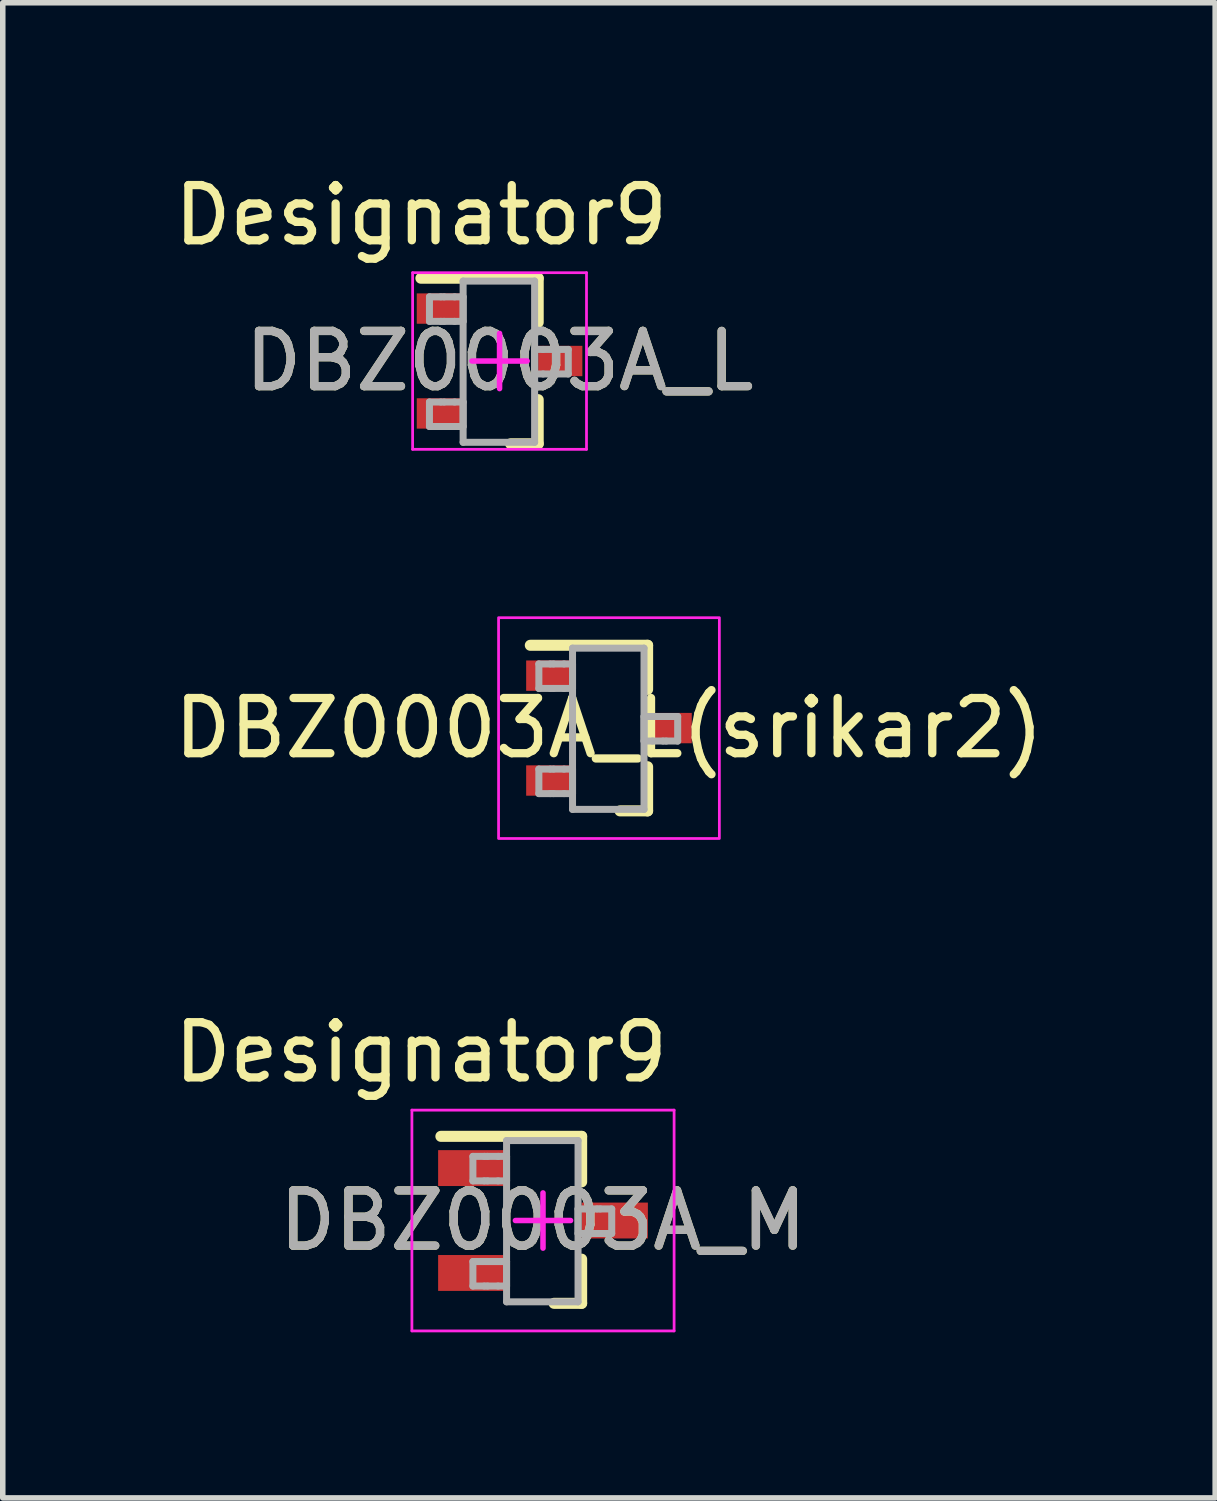
<source format=kicad_pcb>
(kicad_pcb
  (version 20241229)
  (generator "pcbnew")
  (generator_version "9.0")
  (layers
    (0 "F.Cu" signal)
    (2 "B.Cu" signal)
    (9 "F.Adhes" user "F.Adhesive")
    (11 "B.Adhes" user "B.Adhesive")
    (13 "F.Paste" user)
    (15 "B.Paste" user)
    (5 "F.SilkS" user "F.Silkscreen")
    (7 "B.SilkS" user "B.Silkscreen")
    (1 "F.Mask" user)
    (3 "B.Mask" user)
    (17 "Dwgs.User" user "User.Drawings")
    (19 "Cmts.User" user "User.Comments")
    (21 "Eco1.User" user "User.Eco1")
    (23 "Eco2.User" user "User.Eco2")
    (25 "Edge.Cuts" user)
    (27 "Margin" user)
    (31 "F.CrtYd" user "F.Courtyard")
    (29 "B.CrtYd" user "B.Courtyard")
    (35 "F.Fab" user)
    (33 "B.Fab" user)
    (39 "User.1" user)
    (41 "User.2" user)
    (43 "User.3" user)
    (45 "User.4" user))
  (footprint "DBZ0003A_M"
    (layer "F.Cu")
    (at 6.787 19.061)
    (property "Reference" "DBZ0003A_M" (at 0 0 0) (unlocked yes) (layer "F.SilkS") (effects (font (size 1 1) (thickness 0.15))))
    (attr smd)
    (fp_line (start -1.85 -1.525) (end 0.7 -1.525) (stroke (width 0.2) (type solid)) (layer "F.SilkS"))
    (fp_line (start 0.2 1.5) (end 0.7 1.5) (stroke (width 0.2) (type solid)) (layer "F.SilkS"))
    (fp_line (start 0.7 -0.7) (end 0.7 -1.525) (stroke (width 0.2) (type solid)) (layer "F.SilkS"))
    (fp_line (start 0.7 1.5) (end 0.7 0.7) (stroke (width 0.2) (type solid)) (layer "F.SilkS"))
    (fp_line (start -2.375 -2) (end 2.375 -2) (stroke (width 0.05) (type solid)) (layer "F.CrtYd"))
    (fp_line (start -2.375 2) (end -2.375 -2) (stroke (width 0.05) (type solid)) (layer "F.CrtYd"))
    (fp_line (start -2.375 2) (end 2.375 2) (stroke (width 0.05) (type solid)) (layer "F.CrtYd"))
    (fp_line (start -0.5 0.000003) (end 0.5 0.000003) (stroke (width 0.1) (type solid)) (layer "F.CrtYd"))
    (fp_line (start 0 0.5) (end 0 -0.5) (stroke (width 0.1) (type solid)) (layer "F.CrtYd"))
    (fp_line (start 2.375 2) (end 2.375 -2) (stroke (width 0.05) (type solid)) (layer "F.CrtYd"))
    (fp_line (start -1.27 -1.162) (end -1.063 -1.162) (stroke (width 0.127) (type solid)) (layer "F.Fab"))
    (fp_line (start -1.27 -0.718) (end -1.27 -1.162) (stroke (width 0.127) (type solid)) (layer "F.Fab"))
    (fp_line (start -1.27 -0.718) (end -1.063 -0.718) (stroke (width 0.127) (type solid)) (layer "F.Fab"))
    (fp_line (start -1.27 0.743) (end -1.063 0.743) (stroke (width 0.127) (type solid)) (layer "F.Fab"))
    (fp_line (start -1.27 1.187) (end -1.27 0.743) (stroke (width 0.127) (type solid)) (layer "F.Fab"))
    (fp_line (start -1.27 1.187) (end -1.063 1.187) (stroke (width 0.127) (type solid)) (layer "F.Fab"))
    (fp_line (start -1.063 -1.162) (end -1.005 -1.162) (stroke (width 0.127) (type solid)) (layer "F.Fab"))
    (fp_line (start -1.063 -0.718) (end -1.005 -0.718) (stroke (width 0.127) (type solid)) (layer "F.Fab"))
    (fp_line (start -1.063 0.743) (end -1.005 0.743) (stroke (width 0.127) (type solid)) (layer "F.Fab"))
    (fp_line (start -1.063 1.187) (end -1.005 1.187) (stroke (width 0.127) (type solid)) (layer "F.Fab"))
    (fp_line (start -1.005 -1.162) (end -0.814 -1.162) (stroke (width 0.127) (type solid)) (layer "F.Fab"))
    (fp_line (start -1.005 -0.718) (end -0.814 -0.718) (stroke (width 0.127) (type solid)) (layer "F.Fab"))
    (fp_line (start -1.005 0.743) (end -0.814 0.743) (stroke (width 0.127) (type solid)) (layer "F.Fab"))
    (fp_line (start -1.005 1.187) (end -0.814 1.187) (stroke (width 0.127) (type solid)) (layer "F.Fab"))
    (fp_line (start -0.814 -1.162) (end -0.66 -1.162) (stroke (width 0.127) (type solid)) (layer "F.Fab"))
    (fp_line (start -0.814 -0.718) (end -0.66 -0.718) (stroke (width 0.127) (type solid)) (layer "F.Fab"))
    (fp_line (start -0.814 0.743) (end -0.66 0.743) (stroke (width 0.127) (type solid)) (layer "F.Fab"))
    (fp_line (start -0.814 1.187) (end -0.66 1.187) (stroke (width 0.127) (type solid)) (layer "F.Fab"))
    (fp_line (start -0.66 -1.448) (end 0.635 -1.448) (stroke (width 0.127) (type solid)) (layer "F.Fab"))
    (fp_line (start -0.66 -0.718) (end -0.66 -1.162) (stroke (width 0.127) (type solid)) (layer "F.Fab"))
    (fp_line (start -0.66 1.187) (end -0.66 0.743) (stroke (width 0.127) (type solid)) (layer "F.Fab"))
    (fp_line (start -0.66 1.473) (end -0.66 -1.448) (stroke (width 0.127) (type solid)) (layer "F.Fab"))
    (fp_line (start -0.66 1.473) (end 0.635 1.473) (stroke (width 0.127) (type solid)) (layer "F.Fab"))
    (fp_line (start 0.635 -0.21) (end 0.789 -0.21) (stroke (width 0.127) (type solid)) (layer "F.Fab"))
    (fp_line (start 0.635 0.235) (end 0.635 -0.21) (stroke (width 0.127) (type solid)) (layer "F.Fab"))
    (fp_line (start 0.635 0.235) (end 0.789 0.235) (stroke (width 0.127) (type solid)) (layer "F.Fab"))
    (fp_line (start 0.635 1.473) (end 0.635 -1.448) (stroke (width 0.127) (type solid)) (layer "F.Fab"))
    (fp_line (start 0.789 -0.21) (end 0.98 -0.21) (stroke (width 0.127) (type solid)) (layer "F.Fab"))
    (fp_line (start 0.789 0.235) (end 0.98 0.235) (stroke (width 0.127) (type solid)) (layer "F.Fab"))
    (fp_line (start 0.98 -0.21) (end 1.037 -0.21) (stroke (width 0.127) (type solid)) (layer "F.Fab"))
    (fp_line (start 0.98 0.235) (end 1.037 0.235) (stroke (width 0.127) (type solid)) (layer "F.Fab"))
    (fp_line (start 1.037 -0.21) (end 1.245 -0.21) (stroke (width 0.127) (type solid)) (layer "F.Fab"))
    (fp_line (start 1.037 0.235) (end 1.245 0.235) (stroke (width 0.127) (type solid)) (layer "F.Fab"))
    (fp_line (start 1.245 0.235) (end 1.245 -0.21) (stroke (width 0.127) (type solid)) (layer "F.Fab"))
    (fp_text user "Designator9" (at -2.21 -3.048 0) (unlocked yes) (layer "F.SilkS") (effects (font (size 1 1) (thickness 0.15))))
    (fp_text user "${REFERENCE}" (at 0 0 0) (unlocked yes) (layer "F.Fab") (effects (font (size 1 1) (thickness 0.15))))
    (pad "1" smd rect (at -1.3 -0.95 90) (size 0.65 1.2) (layers "F.Cu" "F.Mask" "F.Paste"))
    (pad "2" smd rect (at -1.3 0.95 90) (size 0.65 1.2) (layers "F.Cu" "F.Mask" "F.Paste"))
    (pad "3" smd rect (at 1.3 0 90) (size 0.65 1.2) (layers "F.Cu" "F.Mask" "F.Paste")))
  (footprint "DBZ0003A_L(srikar2)"
    (layer "F.Cu")
    (at 7.982 10.14)
    (property "Reference" "DBZ0003A_L(srikar2)" (at 0 0 0) (unlocked yes) (layer "F.SilkS") (effects (font (size 1 1) (thickness 0.15))))
    (attr smd)
    (fp_line (start -1.425 -1.5) (end 0.7 -1.5) (stroke (width 0.2) (type solid)) (layer "F.SilkS"))
    (fp_line (start 0.2 1.5) (end 0.7 1.5) (stroke (width 0.2) (type solid)) (layer "F.SilkS"))
    (fp_line (start 0.7 -0.7) (end 0.7 -1.5) (stroke (width 0.2) (type solid)) (layer "F.SilkS"))
    (fp_line (start 0.7 1.5) (end 0.7 0.7) (stroke (width 0.2) (type solid)) (layer "F.SilkS"))
    (fp_rect (start -2 -2) (end 2 2) (stroke (width 0.05) (type default)) (fill no) (layer "F.CrtYd"))
    (fp_line (start -1.27 -1.162) (end -1.063 -1.162) (stroke (width 0.127) (type solid)) (layer "F.Fab"))
    (fp_line (start -1.27 -0.718) (end -1.27 -1.162) (stroke (width 0.127) (type solid)) (layer "F.Fab"))
    (fp_line (start -1.27 -0.718) (end -1.063 -0.718) (stroke (width 0.127) (type solid)) (layer "F.Fab"))
    (fp_line (start -1.27 0.743) (end -1.063 0.743) (stroke (width 0.127) (type solid)) (layer "F.Fab"))
    (fp_line (start -1.27 1.187) (end -1.27 0.743) (stroke (width 0.127) (type solid)) (layer "F.Fab"))
    (fp_line (start -1.27 1.187) (end -1.063 1.187) (stroke (width 0.127) (type solid)) (layer "F.Fab"))
    (fp_line (start -1.063 -1.162) (end -1.005 -1.162) (stroke (width 0.127) (type solid)) (layer "F.Fab"))
    (fp_line (start -1.063 -0.718) (end -1.005 -0.718) (stroke (width 0.127) (type solid)) (layer "F.Fab"))
    (fp_line (start -1.063 0.743) (end -1.005 0.743) (stroke (width 0.127) (type solid)) (layer "F.Fab"))
    (fp_line (start -1.063 1.187) (end -1.005 1.187) (stroke (width 0.127) (type solid)) (layer "F.Fab"))
    (fp_line (start -1.005 -1.162) (end -0.814 -1.162) (stroke (width 0.127) (type solid)) (layer "F.Fab"))
    (fp_line (start -1.005 -0.718) (end -0.814 -0.718) (stroke (width 0.127) (type solid)) (layer "F.Fab"))
    (fp_line (start -1.005 0.743) (end -0.814 0.743) (stroke (width 0.127) (type solid)) (layer "F.Fab"))
    (fp_line (start -1.005 1.187) (end -0.814 1.187) (stroke (width 0.127) (type solid)) (layer "F.Fab"))
    (fp_line (start -0.814 -1.162) (end -0.66 -1.162) (stroke (width 0.127) (type solid)) (layer "F.Fab"))
    (fp_line (start -0.814 -0.718) (end -0.66 -0.718) (stroke (width 0.127) (type solid)) (layer "F.Fab"))
    (fp_line (start -0.814 0.743) (end -0.66 0.743) (stroke (width 0.127) (type solid)) (layer "F.Fab"))
    (fp_line (start -0.814 1.187) (end -0.66 1.187) (stroke (width 0.127) (type solid)) (layer "F.Fab"))
    (fp_line (start -0.66 -1.448) (end 0.635 -1.448) (stroke (width 0.127) (type solid)) (layer "F.Fab"))
    (fp_line (start -0.66 -0.718) (end -0.66 -1.162) (stroke (width 0.127) (type solid)) (layer "F.Fab"))
    (fp_line (start -0.66 1.187) (end -0.66 0.743) (stroke (width 0.127) (type solid)) (layer "F.Fab"))
    (fp_line (start -0.66 1.473) (end -0.66 -1.448) (stroke (width 0.127) (type solid)) (layer "F.Fab"))
    (fp_line (start -0.66 1.473) (end 0.635 1.473) (stroke (width 0.127) (type solid)) (layer "F.Fab"))
    (fp_line (start 0.635 -0.21) (end 0.789 -0.21) (stroke (width 0.127) (type solid)) (layer "F.Fab"))
    (fp_line (start 0.635 0.235) (end 0.635 -0.21) (stroke (width 0.127) (type solid)) (layer "F.Fab"))
    (fp_line (start 0.635 0.235) (end 0.789 0.235) (stroke (width 0.127) (type solid)) (layer "F.Fab"))
    (fp_line (start 0.635 1.473) (end 0.635 -1.448) (stroke (width 0.127) (type solid)) (layer "F.Fab"))
    (fp_line (start 0.789 -0.21) (end 0.98 -0.21) (stroke (width 0.127) (type solid)) (layer "F.Fab"))
    (fp_line (start 0.789 0.235) (end 0.98 0.235) (stroke (width 0.127) (type solid)) (layer "F.Fab"))
    (fp_line (start 0.98 -0.21) (end 1.037 -0.21) (stroke (width 0.127) (type solid)) (layer "F.Fab"))
    (fp_line (start 0.98 0.235) (end 1.037 0.235) (stroke (width 0.127) (type solid)) (layer "F.Fab"))
    (fp_line (start 1.037 -0.21) (end 1.245 -0.21) (stroke (width 0.127) (type solid)) (layer "F.Fab"))
    (fp_line (start 1.037 0.235) (end 1.245 0.235) (stroke (width 0.127) (type solid)) (layer "F.Fab"))
    (fp_line (start 1.245 0.235) (end 1.245 -0.21) (stroke (width 0.127) (type solid)) (layer "F.Fab"))
    (pad "1" smd rect (at -1.1 -0.95 90) (size 0.55 0.8) (layers "F.Cu" "F.Mask" "F.Paste"))
    (pad "2" smd rect (at -1.1 0.95 90) (size 0.55 0.8) (layers "F.Cu" "F.Mask" "F.Paste"))
    (pad "3" smd rect (at 1.1 0 90) (size 0.55 0.8) (layers "F.Cu" "F.Mask" "F.Paste")))
  (footprint "DBZ0003A_L"
    (layer "F.Cu")
    (at 6 3.49)
    (property "Reference" "DBZ0003A_L" (at 0 0 0) (unlocked yes) (layer "F.SilkS") (effects (font (size 1 1) (thickness 0.15))))
    (attr smd)
    (fp_line (start -1.425 -1.5) (end 0.7 -1.5) (stroke (width 0.2) (type solid)) (layer "F.SilkS"))
    (fp_line (start 0.2 1.5) (end 0.7 1.5) (stroke (width 0.2) (type solid)) (layer "F.SilkS"))
    (fp_line (start 0.7 -0.7) (end 0.7 -1.5) (stroke (width 0.2) (type solid)) (layer "F.SilkS"))
    (fp_line (start 0.7 1.5) (end 0.7 0.7) (stroke (width 0.2) (type solid)) (layer "F.SilkS"))
    (fp_line (start -1.575 -1.6) (end 1.575 -1.6) (stroke (width 0.05) (type solid)) (layer "F.CrtYd"))
    (fp_line (start -1.575 1.6) (end -1.575 -1.6) (stroke (width 0.05) (type solid)) (layer "F.CrtYd"))
    (fp_line (start -1.575 1.6) (end 1.575 1.6) (stroke (width 0.05) (type solid)) (layer "F.CrtYd"))
    (fp_line (start -0.5 0) (end 0.5 0) (stroke (width 0.1) (type solid)) (layer "F.CrtYd"))
    (fp_line (start 0 0.5) (end 0 -0.5) (stroke (width 0.1) (type solid)) (layer "F.CrtYd"))
    (fp_line (start 1.575 1.6) (end 1.575 -1.6) (stroke (width 0.05) (type solid)) (layer "F.CrtYd"))
    (fp_line (start -1.27 -1.162) (end -1.063 -1.162) (stroke (width 0.127) (type solid)) (layer "F.Fab"))
    (fp_line (start -1.27 -0.718) (end -1.27 -1.162) (stroke (width 0.127) (type solid)) (layer "F.Fab"))
    (fp_line (start -1.27 -0.718) (end -1.063 -0.718) (stroke (width 0.127) (type solid)) (layer "F.Fab"))
    (fp_line (start -1.27 0.743) (end -1.063 0.743) (stroke (width 0.127) (type solid)) (layer "F.Fab"))
    (fp_line (start -1.27 1.187) (end -1.27 0.743) (stroke (width 0.127) (type solid)) (layer "F.Fab"))
    (fp_line (start -1.27 1.187) (end -1.063 1.187) (stroke (width 0.127) (type solid)) (layer "F.Fab"))
    (fp_line (start -1.063 -1.162) (end -1.005 -1.162) (stroke (width 0.127) (type solid)) (layer "F.Fab"))
    (fp_line (start -1.063 -0.718) (end -1.005 -0.718) (stroke (width 0.127) (type solid)) (layer "F.Fab"))
    (fp_line (start -1.063 0.743) (end -1.005 0.743) (stroke (width 0.127) (type solid)) (layer "F.Fab"))
    (fp_line (start -1.063 1.187) (end -1.005 1.187) (stroke (width 0.127) (type solid)) (layer "F.Fab"))
    (fp_line (start -1.005 -1.162) (end -0.814 -1.162) (stroke (width 0.127) (type solid)) (layer "F.Fab"))
    (fp_line (start -1.005 -0.718) (end -0.814 -0.718) (stroke (width 0.127) (type solid)) (layer "F.Fab"))
    (fp_line (start -1.005 0.743) (end -0.814 0.743) (stroke (width 0.127) (type solid)) (layer "F.Fab"))
    (fp_line (start -1.005 1.187) (end -0.814 1.187) (stroke (width 0.127) (type solid)) (layer "F.Fab"))
    (fp_line (start -0.814 -1.162) (end -0.66 -1.162) (stroke (width 0.127) (type solid)) (layer "F.Fab"))
    (fp_line (start -0.814 -0.718) (end -0.66 -0.718) (stroke (width 0.127) (type solid)) (layer "F.Fab"))
    (fp_line (start -0.814 0.743) (end -0.66 0.743) (stroke (width 0.127) (type solid)) (layer "F.Fab"))
    (fp_line (start -0.814 1.187) (end -0.66 1.187) (stroke (width 0.127) (type solid)) (layer "F.Fab"))
    (fp_line (start -0.66 -1.448) (end 0.635 -1.448) (stroke (width 0.127) (type solid)) (layer "F.Fab"))
    (fp_line (start -0.66 -0.718) (end -0.66 -1.162) (stroke (width 0.127) (type solid)) (layer "F.Fab"))
    (fp_line (start -0.66 1.187) (end -0.66 0.743) (stroke (width 0.127) (type solid)) (layer "F.Fab"))
    (fp_line (start -0.66 1.473) (end -0.66 -1.448) (stroke (width 0.127) (type solid)) (layer "F.Fab"))
    (fp_line (start -0.66 1.473) (end 0.635 1.473) (stroke (width 0.127) (type solid)) (layer "F.Fab"))
    (fp_line (start 0.635 -0.21) (end 0.789 -0.21) (stroke (width 0.127) (type solid)) (layer "F.Fab"))
    (fp_line (start 0.635 0.235) (end 0.635 -0.21) (stroke (width 0.127) (type solid)) (layer "F.Fab"))
    (fp_line (start 0.635 0.235) (end 0.789 0.235) (stroke (width 0.127) (type solid)) (layer "F.Fab"))
    (fp_line (start 0.635 1.473) (end 0.635 -1.448) (stroke (width 0.127) (type solid)) (layer "F.Fab"))
    (fp_line (start 0.789 -0.21) (end 0.98 -0.21) (stroke (width 0.127) (type solid)) (layer "F.Fab"))
    (fp_line (start 0.789 0.235) (end 0.98 0.235) (stroke (width 0.127) (type solid)) (layer "F.Fab"))
    (fp_line (start 0.98 -0.21) (end 1.037 -0.21) (stroke (width 0.127) (type solid)) (layer "F.Fab"))
    (fp_line (start 0.98 0.235) (end 1.037 0.235) (stroke (width 0.127) (type solid)) (layer "F.Fab"))
    (fp_line (start 1.037 -0.21) (end 1.245 -0.21) (stroke (width 0.127) (type solid)) (layer "F.Fab"))
    (fp_line (start 1.037 0.235) (end 1.245 0.235) (stroke (width 0.127) (type solid)) (layer "F.Fab"))
    (fp_line (start 1.245 0.235) (end 1.245 -0.21) (stroke (width 0.127) (type solid)) (layer "F.Fab"))
    (fp_text user "Designator9" (at -1.422 -2.642 0) (unlocked yes) (layer "F.SilkS") (effects (font (size 1 1) (thickness 0.15))))
    (fp_text user "${REFERENCE}" (at 0 0 0) (unlocked yes) (layer "F.Fab") (effects (font (size 1 1) (thickness 0.15))))
    (pad "1" smd rect (at -1.1 -0.95 90) (size 0.55 0.8) (layers "F.Cu" "F.Mask" "F.Paste"))
    (pad "2" smd rect (at -1.1 0.95 90) (size 0.55 0.8) (layers "F.Cu" "F.Mask" "F.Paste"))
    (pad "3" smd rect (at 1.1 0 90) (size 0.55 0.8) (layers "F.Cu" "F.Mask" "F.Paste")))
  (gr_rect
    (start -3 -3)
    (end 18.964 24.086)
    (stroke (width 0.1) (type default))
    (fill no)
    (layer "Edge.Cuts")))
</source>
